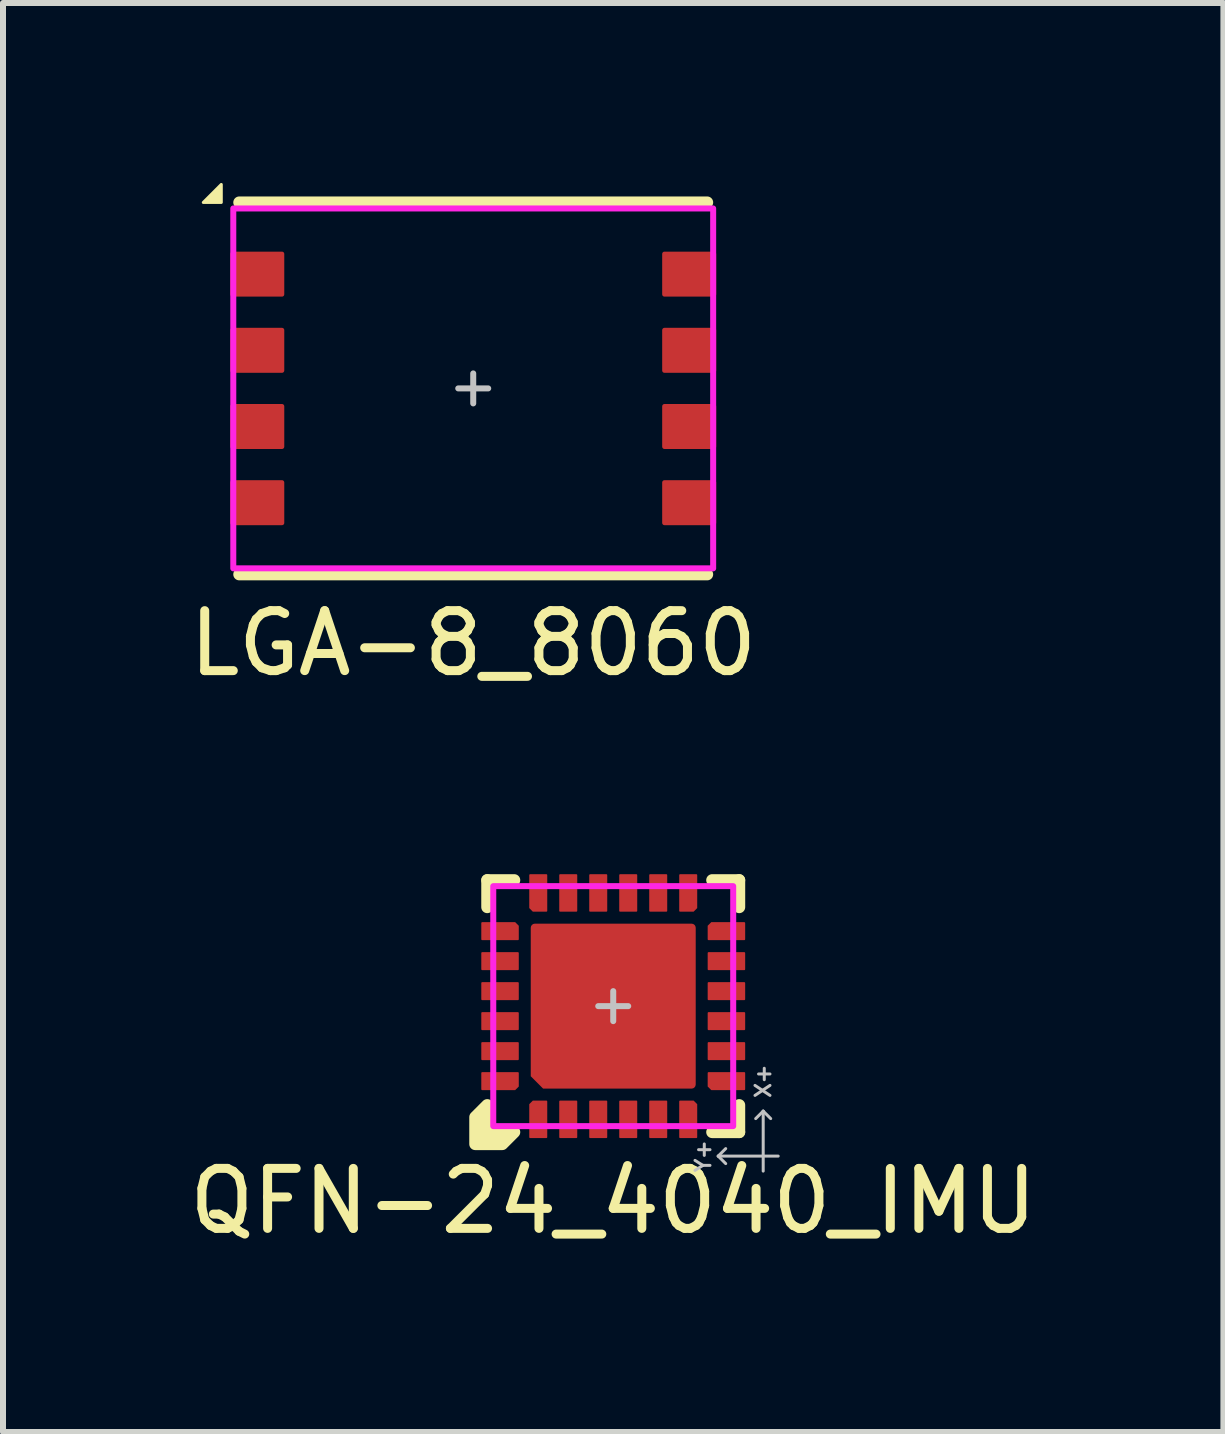
<source format=kicad_pcb>
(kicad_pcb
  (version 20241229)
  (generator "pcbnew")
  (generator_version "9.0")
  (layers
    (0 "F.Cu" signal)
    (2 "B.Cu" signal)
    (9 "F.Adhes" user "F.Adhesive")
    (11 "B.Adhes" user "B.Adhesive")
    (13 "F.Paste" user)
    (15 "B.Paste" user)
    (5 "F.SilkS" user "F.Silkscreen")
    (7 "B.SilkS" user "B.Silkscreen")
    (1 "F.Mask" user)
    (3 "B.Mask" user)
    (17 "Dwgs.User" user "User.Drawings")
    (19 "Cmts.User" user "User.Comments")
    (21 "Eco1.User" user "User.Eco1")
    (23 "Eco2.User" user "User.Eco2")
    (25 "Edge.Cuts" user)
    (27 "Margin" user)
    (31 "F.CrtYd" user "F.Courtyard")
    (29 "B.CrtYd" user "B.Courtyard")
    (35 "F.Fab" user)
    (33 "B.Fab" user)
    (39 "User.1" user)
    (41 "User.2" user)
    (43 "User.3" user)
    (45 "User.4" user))
  (footprint "LGA-8_8060"
    (layer "F.Cu")
    (at 4.839 3.425)
    (property "Reference" "LGA-8_8060" (at 0 4.25 0) (unlocked yes) (layer "F.SilkS") (effects (font (size 1 1) (thickness 0.15))))
    (attr smd)
    (fp_line (start -3.9 -3.1) (end 3.9 -3.1) (stroke (width 0.2) (type solid)) (layer "F.SilkS"))
    (fp_line (start -3.9 3.1) (end 3.9 3.1) (stroke (width 0.2) (type solid)) (layer "F.SilkS"))
    (fp_poly (pts (xy -4.2 -3.4) (xy -4.2 -3.1) (xy -4.5 -3.1)) (stroke (width 0.05) (type solid)) (fill yes) (layer "F.SilkS"))
    (fp_line (start -0.25 0) (end 0.25 0) (stroke (width 0.1) (type solid)) (layer "Dwgs.User"))
    (fp_line (start 0 0.25) (end 0 -0.25) (stroke (width 0.1) (type solid)) (layer "Dwgs.User"))
    (fp_rect (start -4 -3) (end 4 3) (stroke (width 0.1) (type solid)) (fill no) (layer "F.CrtYd"))
    (pad "1" smd roundrect (at -3.6 -1.905) (size 0.9 0.75) (layers "F.Cu" "F.Mask" "F.Paste") (roundrect_rratio 0.05))
    (pad "2" smd roundrect (at -3.6 -0.635) (size 0.9 0.75) (layers "F.Cu" "F.Mask" "F.Paste") (roundrect_rratio 0.05))
    (pad "3" smd roundrect (at -3.6 0.635) (size 0.9 0.75) (layers "F.Cu" "F.Mask" "F.Paste") (roundrect_rratio 0.05))
    (pad "4" smd roundrect (at -3.6 1.905) (size 0.9 0.75) (layers "F.Cu" "F.Mask" "F.Paste") (roundrect_rratio 0.05))
    (pad "5" smd roundrect (at 3.6 1.905) (size 0.9 0.75) (layers "F.Cu" "F.Mask" "F.Paste") (roundrect_rratio 0.05))
    (pad "6" smd roundrect (at 3.6 0.635) (size 0.9 0.75) (layers "F.Cu" "F.Mask" "F.Paste") (roundrect_rratio 0.05))
    (pad "7" smd roundrect (at 3.6 -0.635) (size 0.9 0.75) (layers "F.Cu" "F.Mask" "F.Paste") (roundrect_rratio 0.05))
    (pad "8" smd roundrect (at 3.6 -1.905) (size 0.9 0.75) (layers "F.Cu" "F.Mask" "F.Paste") (roundrect_rratio 0.05)))
  (footprint "QFN-24_4040_IMU"
    (layer "F.Cu")
    (at 7.173 13.723)
    (property "Reference" "QFN-24_4040_IMU" (at 0 3.25 0) (unlocked yes) (layer "F.SilkS") (effects (font (size 1 1) (thickness 0.15))))
    (attr smd)
    (fp_line (start -2.1 -2.1) (end -2.1 -1.65) (stroke (width 0.2) (type solid)) (layer "F.SilkS"))
    (fp_line (start -1.65 -2.1) (end -2.1 -2.1) (stroke (width 0.2) (type solid)) (layer "F.SilkS"))
    (fp_line (start 1.65 2.1) (end 2.1 2.1) (stroke (width 0.2) (type solid)) (layer "F.SilkS"))
    (fp_line (start 2.1 -2.1) (end 1.65 -2.1) (stroke (width 0.2) (type solid)) (layer "F.SilkS"))
    (fp_line (start 2.1 -1.65) (end 2.1 -2.1) (stroke (width 0.2) (type solid)) (layer "F.SilkS"))
    (fp_line (start 2.1 2.1) (end 2.1 1.65) (stroke (width 0.2) (type solid)) (layer "F.SilkS"))
    (fp_poly (pts (xy -2.1 2.1) (xy -1.65 2.1) (xy -1.85 2.3) (xy -2.3 2.3) (xy -2.3 1.85) (xy -2.1 1.65)) (stroke (width 0.2) (type solid)) (fill yes) (layer "F.SilkS"))
    (fp_rect (start -1.2 -1.2) (end -0.15 -0.15) (stroke (width 0) (type solid)) (fill yes) (layer "F.Paste"))
    (fp_rect (start 0.15 -1.2) (end 1.2 -0.15) (stroke (width 0) (type solid)) (fill yes) (layer "F.Paste"))
    (fp_rect (start 0.15 0.15) (end 1.2 1.2) (stroke (width 0) (type solid)) (fill yes) (layer "F.Paste"))
    (fp_poly (pts (xy -0.15 1.2) (xy -1.1 1.2) (xy -1.2 1.1) (xy -1.2 0.15) (xy -0.15 0.15)) (stroke (width 0) (type solid)) (fill yes) (layer "F.Paste"))
    (fp_line (start -0.25 0) (end 0.25 0) (stroke (width 0.1) (type solid)) (layer "Dwgs.User"))
    (fp_line (start 0 0.25) (end 0 -0.25) (stroke (width 0.1) (type solid)) (layer "Dwgs.User"))
    (fp_line (start 1.75 2.5) (end 1.875 2.375) (stroke (width 0.05) (type solid)) (layer "Dwgs.User"))
    (fp_line (start 1.75 2.5) (end 1.875 2.625) (stroke (width 0.05) (type solid)) (layer "Dwgs.User"))
    (fp_line (start 2.5 1.75) (end 2.375 1.875) (stroke (width 0.05) (type solid)) (layer "Dwgs.User"))
    (fp_line (start 2.5 1.75) (end 2.625 1.875) (stroke (width 0.05) (type solid)) (layer "Dwgs.User"))
    (fp_line (start 2.5 2.75) (end 2.5 1.75) (stroke (width 0.05) (type solid)) (layer "Dwgs.User"))
    (fp_line (start 2.75 2.5) (end 1.75 2.5) (stroke (width 0.05) (type solid)) (layer "Dwgs.User"))
    (fp_rect (start -2 -2) (end 2 2) (stroke (width 0.1) (type solid)) (fill no) (layer "F.CrtYd"))
    (fp_text user "Y+" (at 1.5 2.5 90) (unlocked yes) (layer "Dwgs.User") (effects (font (size 0.25 0.25) (thickness 0.05))))
    (fp_text user "X+" (at 2.5 1.25 90) (unlocked yes) (layer "Dwgs.User") (effects (font (size 0.25 0.25) (thickness 0.05))))
    (pad "1" smd roundrect (at -1.25 1.887 90) (size 0.625 0.3) (layers "F.Cu" "F.Mask" "F.Paste") (roundrect_rratio 0.05) (chamfer_ratio 0.2) (chamfer top_right))
    (pad "2" smd roundrect (at -0.75 1.887 90) (size 0.625 0.3) (layers "F.Cu" "F.Mask" "F.Paste") (roundrect_rratio 0.05))
    (pad "3" smd roundrect (at -0.25 1.887 90) (size 0.625 0.3) (layers "F.Cu" "F.Mask" "F.Paste") (roundrect_rratio 0.05))
    (pad "4" smd roundrect (at 0.25 1.887 90) (size 0.625 0.3) (layers "F.Cu" "F.Mask" "F.Paste") (roundrect_rratio 0.05))
    (pad "5" smd roundrect (at 0.75 1.887 90) (size 0.625 0.3) (layers "F.Cu" "F.Mask" "F.Paste") (roundrect_rratio 0.05))
    (pad "6" smd roundrect (at 1.25 1.887 90) (size 0.625 0.3) (layers "F.Cu" "F.Mask" "F.Paste") (roundrect_rratio 0.05) (chamfer_ratio 0.2) (chamfer bottom_right))
    (pad "7" smd roundrect (at 1.887 1.25 180) (size 0.625 0.3) (layers "F.Cu" "F.Mask" "F.Paste") (roundrect_rratio 0.05) (chamfer_ratio 0.2) (chamfer top_right))
    (pad "8" smd roundrect (at 1.887 0.75 180) (size 0.625 0.3) (layers "F.Cu" "F.Mask" "F.Paste") (roundrect_rratio 0.05))
    (pad "9" smd roundrect (at 1.887 0.25 180) (size 0.625 0.3) (layers "F.Cu" "F.Mask" "F.Paste") (roundrect_rratio 0.05))
    (pad "10" smd roundrect (at 1.887 -0.25 180) (size 0.625 0.3) (layers "F.Cu" "F.Mask" "F.Paste") (roundrect_rratio 0.05))
    (pad "11" smd roundrect (at 1.887 -0.75 180) (size 0.625 0.3) (layers "F.Cu" "F.Mask" "F.Paste") (roundrect_rratio 0.05))
    (pad "12" smd roundrect (at 1.887 -1.25 180) (size 0.625 0.3) (layers "F.Cu" "F.Mask" "F.Paste") (roundrect_rratio 0.05) (chamfer_ratio 0.2) (chamfer bottom_right))
    (pad "13" smd roundrect (at 1.25 -1.887 270) (size 0.625 0.3) (layers "F.Cu" "F.Mask" "F.Paste") (roundrect_rratio 0.05) (chamfer_ratio 0.2) (chamfer top_right))
    (pad "14" smd roundrect (at 0.75 -1.887 270) (size 0.625 0.3) (layers "F.Cu" "F.Mask" "F.Paste") (roundrect_rratio 0.05))
    (pad "15" smd roundrect (at 0.25 -1.887 270) (size 0.625 0.3) (layers "F.Cu" "F.Mask" "F.Paste") (roundrect_rratio 0.05))
    (pad "16" smd roundrect (at -0.25 -1.887 270) (size 0.625 0.3) (layers "F.Cu" "F.Mask" "F.Paste") (roundrect_rratio 0.05))
    (pad "17" smd roundrect (at -0.75 -1.887 270) (size 0.625 0.3) (layers "F.Cu" "F.Mask" "F.Paste") (roundrect_rratio 0.05))
    (pad "18" smd roundrect (at -1.25 -1.887 270) (size 0.625 0.3) (layers "F.Cu" "F.Mask" "F.Paste") (roundrect_rratio 0.05) (chamfer_ratio 0.2) (chamfer bottom_right))
    (pad "19" smd roundrect (at -1.887 -1.25) (size 0.625 0.3) (layers "F.Cu" "F.Mask" "F.Paste") (roundrect_rratio 0.05) (chamfer_ratio 0.2) (chamfer top_right))
    (pad "20" smd roundrect (at -1.887 -0.75) (size 0.625 0.3) (layers "F.Cu" "F.Mask" "F.Paste") (roundrect_rratio 0.05))
    (pad "21" smd roundrect (at -1.887 -0.25) (size 0.625 0.3) (layers "F.Cu" "F.Mask" "F.Paste") (roundrect_rratio 0.05))
    (pad "22" smd roundrect (at -1.887 0.25) (size 0.625 0.3) (layers "F.Cu" "F.Mask" "F.Paste") (roundrect_rratio 0.05))
    (pad "23" smd roundrect (at -1.887 0.75) (size 0.625 0.3) (layers "F.Cu" "F.Mask" "F.Paste") (roundrect_rratio 0.05))
    (pad "24" smd roundrect (at -1.887 1.25) (size 0.625 0.3) (layers "F.Cu" "F.Mask" "F.Paste") (roundrect_rratio 0.05) (chamfer_ratio 0.2) (chamfer bottom_right))
    (pad "EP" smd roundrect (at 0 0) (size 2.75 2.75) (layers "F.Cu" "F.Mask") (roundrect_rratio 0.025) (chamfer_ratio 0.075) (chamfer bottom_left)))
  (gr_rect
    (start -3 -3)
    (end 17.345 20.822)
    (stroke (width 0.1) (type default))
    (fill no)
    (layer "Edge.Cuts")))
</source>
